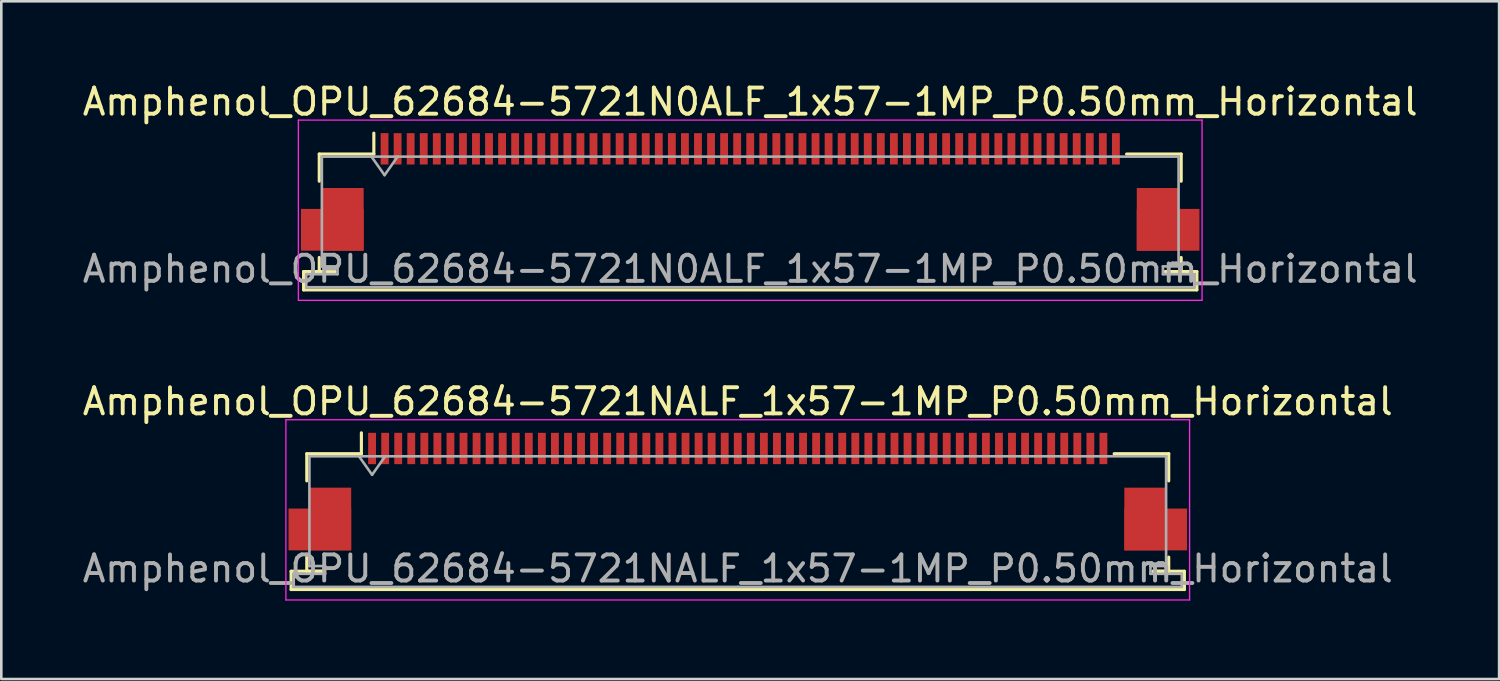
<source format=kicad_pcb>
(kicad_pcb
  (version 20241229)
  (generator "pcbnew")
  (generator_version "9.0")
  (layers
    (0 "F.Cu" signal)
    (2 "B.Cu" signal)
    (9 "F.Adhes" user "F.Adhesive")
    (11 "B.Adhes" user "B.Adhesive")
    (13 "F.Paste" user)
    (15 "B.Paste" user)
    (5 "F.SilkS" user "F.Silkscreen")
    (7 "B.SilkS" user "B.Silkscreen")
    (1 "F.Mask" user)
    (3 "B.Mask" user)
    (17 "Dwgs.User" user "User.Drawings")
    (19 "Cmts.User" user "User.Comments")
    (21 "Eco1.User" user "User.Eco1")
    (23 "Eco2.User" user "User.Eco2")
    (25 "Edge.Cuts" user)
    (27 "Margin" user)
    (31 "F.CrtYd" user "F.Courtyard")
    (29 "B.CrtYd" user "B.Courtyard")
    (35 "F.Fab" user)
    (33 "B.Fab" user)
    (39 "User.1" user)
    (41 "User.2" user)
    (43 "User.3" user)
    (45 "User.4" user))
  (footprint "Amphenol_OPU_62684-5721NALF_1x57-1MP_P0.50mm_Horizontal"
    (layer "F.Cu")
    (at 25.196 15.771)
    (property "Reference" "Amphenol_OPU_62684-5721NALF_1x57-1MP_P0.50mm_Horizontal" (at 0 -3.45 0) (layer "F.SilkS") (effects (font (size 1 1) (thickness 0.15))))
    (attr smd)
    (fp_line (start -17.1 3.05) (end -17.1 3.75) (stroke (width 0.12) (type solid)) (layer "F.SilkS"))
    (fp_line (start -17.1 3.75) (end 17.1 3.75) (stroke (width 0.12) (type solid)) (layer "F.SilkS"))
    (fp_line (start -16.5 -1.45) (end -16.5 -0.41) (stroke (width 0.12) (type solid)) (layer "F.SilkS"))
    (fp_line (start -16.5 2.51) (end -16.5 3.05) (stroke (width 0.12) (type solid)) (layer "F.SilkS"))
    (fp_line (start -16.5 3.05) (end -15.9 3.05) (stroke (width 0.12) (type solid)) (layer "F.SilkS"))
    (fp_line (start -15.9 3.05) (end -17.1 3.05) (stroke (width 0.12) (type solid)) (layer "F.SilkS"))
    (fp_line (start -14.41 -1.45) (end -16.5 -1.45) (stroke (width 0.12) (type solid)) (layer "F.SilkS"))
    (fp_line (start -14.41 -1.45) (end -14.41 -2.25) (stroke (width 0.12) (type solid)) (layer "F.SilkS"))
    (fp_line (start 14.41 -1.45) (end 16.5 -1.45) (stroke (width 0.12) (type solid)) (layer "F.SilkS"))
    (fp_line (start 15.9 3.05) (end 16.5 3.05) (stroke (width 0.12) (type solid)) (layer "F.SilkS"))
    (fp_line (start 16.5 -1.45) (end 16.5 -0.41) (stroke (width 0.12) (type solid)) (layer "F.SilkS"))
    (fp_line (start 16.5 3.05) (end 16.5 2.51) (stroke (width 0.12) (type solid)) (layer "F.SilkS"))
    (fp_line (start 17.1 3.05) (end 15.9 3.05) (stroke (width 0.12) (type solid)) (layer "F.SilkS"))
    (fp_line (start 17.1 3.75) (end 17.1 3.05) (stroke (width 0.12) (type solid)) (layer "F.SilkS"))
    (fp_line (start -17.3 -2.75) (end -17.3 4.15) (stroke (width 0.05) (type solid)) (layer "F.CrtYd"))
    (fp_line (start -17.3 4.15) (end 17.3 4.15) (stroke (width 0.05) (type solid)) (layer "F.CrtYd"))
    (fp_line (start 17.3 -2.75) (end -17.3 -2.75) (stroke (width 0.05) (type solid)) (layer "F.CrtYd"))
    (fp_line (start 17.3 4.15) (end 17.3 -2.75) (stroke (width 0.05) (type solid)) (layer "F.CrtYd"))
    (fp_line (start -17 3.15) (end -17 3.65) (stroke (width 0.1) (type solid)) (layer "F.Fab"))
    (fp_line (start -17 3.65) (end 0 3.65) (stroke (width 0.1) (type solid)) (layer "F.Fab"))
    (fp_line (start -16.4 -1.35) (end -16.4 2.85) (stroke (width 0.1) (type solid)) (layer "F.Fab"))
    (fp_line (start -16.4 2.85) (end -15.8 2.85) (stroke (width 0.1) (type solid)) (layer "F.Fab"))
    (fp_line (start -15.8 2.85) (end -15.8 3.15) (stroke (width 0.1) (type solid)) (layer "F.Fab"))
    (fp_line (start -15.8 3.15) (end -17 3.15) (stroke (width 0.1) (type solid)) (layer "F.Fab"))
    (fp_line (start -14.5 -1.35) (end -14 -0.643) (stroke (width 0.1) (type solid)) (layer "F.Fab"))
    (fp_line (start -14 -0.643) (end -13.5 -1.35) (stroke (width 0.1) (type solid)) (layer "F.Fab"))
    (fp_line (start 0 -1.35) (end -16.4 -1.35) (stroke (width 0.1) (type solid)) (layer "F.Fab"))
    (fp_line (start 0 -1.35) (end 16.4 -1.35) (stroke (width 0.1) (type solid)) (layer "F.Fab"))
    (fp_line (start 15.8 2.85) (end 15.8 3.15) (stroke (width 0.1) (type solid)) (layer "F.Fab"))
    (fp_line (start 15.8 3.15) (end 17 3.15) (stroke (width 0.1) (type solid)) (layer "F.Fab"))
    (fp_line (start 16.4 -1.35) (end 16.4 2.85) (stroke (width 0.1) (type solid)) (layer "F.Fab"))
    (fp_line (start 16.4 2.85) (end 15.8 2.85) (stroke (width 0.1) (type solid)) (layer "F.Fab"))
    (fp_line (start 17 3.15) (end 17 3.65) (stroke (width 0.1) (type solid)) (layer "F.Fab"))
    (fp_line (start 17 3.65) (end 0 3.65) (stroke (width 0.1) (type solid)) (layer "F.Fab"))
    (fp_text user "${REFERENCE}" (at 0 2.95 0) (layer "F.Fab") (effects (font (size 1 1) (thickness 0.15))))
    (pad "1" smd rect (at -14 -1.65) (size 0.3 1.2) (layers "F.Cu" "F.Mask" "F.Paste"))
    (pad "2" smd rect (at -13.5 -1.65) (size 0.3 1.2) (layers "F.Cu" "F.Mask" "F.Paste"))
    (pad "3" smd rect (at -13 -1.65) (size 0.3 1.2) (layers "F.Cu" "F.Mask" "F.Paste"))
    (pad "4" smd rect (at -12.5 -1.65) (size 0.3 1.2) (layers "F.Cu" "F.Mask" "F.Paste"))
    (pad "5" smd rect (at -12 -1.65) (size 0.3 1.2) (layers "F.Cu" "F.Mask" "F.Paste"))
    (pad "6" smd rect (at -11.5 -1.65) (size 0.3 1.2) (layers "F.Cu" "F.Mask" "F.Paste"))
    (pad "7" smd rect (at -11 -1.65) (size 0.3 1.2) (layers "F.Cu" "F.Mask" "F.Paste"))
    (pad "8" smd rect (at -10.5 -1.65) (size 0.3 1.2) (layers "F.Cu" "F.Mask" "F.Paste"))
    (pad "9" smd rect (at -10 -1.65) (size 0.3 1.2) (layers "F.Cu" "F.Mask" "F.Paste"))
    (pad "10" smd rect (at -9.5 -1.65) (size 0.3 1.2) (layers "F.Cu" "F.Mask" "F.Paste"))
    (pad "11" smd rect (at -9 -1.65) (size 0.3 1.2) (layers "F.Cu" "F.Mask" "F.Paste"))
    (pad "12" smd rect (at -8.5 -1.65) (size 0.3 1.2) (layers "F.Cu" "F.Mask" "F.Paste"))
    (pad "13" smd rect (at -8 -1.65) (size 0.3 1.2) (layers "F.Cu" "F.Mask" "F.Paste"))
    (pad "14" smd rect (at -7.5 -1.65) (size 0.3 1.2) (layers "F.Cu" "F.Mask" "F.Paste"))
    (pad "15" smd rect (at -7 -1.65) (size 0.3 1.2) (layers "F.Cu" "F.Mask" "F.Paste"))
    (pad "16" smd rect (at -6.5 -1.65) (size 0.3 1.2) (layers "F.Cu" "F.Mask" "F.Paste"))
    (pad "17" smd rect (at -6 -1.65) (size 0.3 1.2) (layers "F.Cu" "F.Mask" "F.Paste"))
    (pad "18" smd rect (at -5.5 -1.65) (size 0.3 1.2) (layers "F.Cu" "F.Mask" "F.Paste"))
    (pad "19" smd rect (at -5 -1.65) (size 0.3 1.2) (layers "F.Cu" "F.Mask" "F.Paste"))
    (pad "20" smd rect (at -4.5 -1.65) (size 0.3 1.2) (layers "F.Cu" "F.Mask" "F.Paste"))
    (pad "21" smd rect (at -4 -1.65) (size 0.3 1.2) (layers "F.Cu" "F.Mask" "F.Paste"))
    (pad "22" smd rect (at -3.5 -1.65) (size 0.3 1.2) (layers "F.Cu" "F.Mask" "F.Paste"))
    (pad "23" smd rect (at -3 -1.65) (size 0.3 1.2) (layers "F.Cu" "F.Mask" "F.Paste"))
    (pad "24" smd rect (at -2.5 -1.65) (size 0.3 1.2) (layers "F.Cu" "F.Mask" "F.Paste"))
    (pad "25" smd rect (at -2 -1.65) (size 0.3 1.2) (layers "F.Cu" "F.Mask" "F.Paste"))
    (pad "26" smd rect (at -1.5 -1.65) (size 0.3 1.2) (layers "F.Cu" "F.Mask" "F.Paste"))
    (pad "27" smd rect (at -1 -1.65) (size 0.3 1.2) (layers "F.Cu" "F.Mask" "F.Paste"))
    (pad "28" smd rect (at -0.5 -1.65) (size 0.3 1.2) (layers "F.Cu" "F.Mask" "F.Paste"))
    (pad "29" smd rect (at 0 -1.65) (size 0.3 1.2) (layers "F.Cu" "F.Mask" "F.Paste"))
    (pad "30" smd rect (at 0.5 -1.65) (size 0.3 1.2) (layers "F.Cu" "F.Mask" "F.Paste"))
    (pad "31" smd rect (at 1 -1.65) (size 0.3 1.2) (layers "F.Cu" "F.Mask" "F.Paste"))
    (pad "32" smd rect (at 1.5 -1.65) (size 0.3 1.2) (layers "F.Cu" "F.Mask" "F.Paste"))
    (pad "33" smd rect (at 2 -1.65) (size 0.3 1.2) (layers "F.Cu" "F.Mask" "F.Paste"))
    (pad "34" smd rect (at 2.5 -1.65) (size 0.3 1.2) (layers "F.Cu" "F.Mask" "F.Paste"))
    (pad "35" smd rect (at 3 -1.65) (size 0.3 1.2) (layers "F.Cu" "F.Mask" "F.Paste"))
    (pad "36" smd rect (at 3.5 -1.65) (size 0.3 1.2) (layers "F.Cu" "F.Mask" "F.Paste"))
    (pad "37" smd rect (at 4 -1.65) (size 0.3 1.2) (layers "F.Cu" "F.Mask" "F.Paste"))
    (pad "38" smd rect (at 4.5 -1.65) (size 0.3 1.2) (layers "F.Cu" "F.Mask" "F.Paste"))
    (pad "39" smd rect (at 5 -1.65) (size 0.3 1.2) (layers "F.Cu" "F.Mask" "F.Paste"))
    (pad "40" smd rect (at 5.5 -1.65) (size 0.3 1.2) (layers "F.Cu" "F.Mask" "F.Paste"))
    (pad "41" smd rect (at 6 -1.65) (size 0.3 1.2) (layers "F.Cu" "F.Mask" "F.Paste"))
    (pad "42" smd rect (at 6.5 -1.65) (size 0.3 1.2) (layers "F.Cu" "F.Mask" "F.Paste"))
    (pad "43" smd rect (at 7 -1.65) (size 0.3 1.2) (layers "F.Cu" "F.Mask" "F.Paste"))
    (pad "44" smd rect (at 7.5 -1.65) (size 0.3 1.2) (layers "F.Cu" "F.Mask" "F.Paste"))
    (pad "45" smd rect (at 8 -1.65) (size 0.3 1.2) (layers "F.Cu" "F.Mask" "F.Paste"))
    (pad "46" smd rect (at 8.5 -1.65) (size 0.3 1.2) (layers "F.Cu" "F.Mask" "F.Paste"))
    (pad "47" smd rect (at 9 -1.65) (size 0.3 1.2) (layers "F.Cu" "F.Mask" "F.Paste"))
    (pad "48" smd rect (at 9.5 -1.65) (size 0.3 1.2) (layers "F.Cu" "F.Mask" "F.Paste"))
    (pad "49" smd rect (at 10 -1.65) (size 0.3 1.2) (layers "F.Cu" "F.Mask" "F.Paste"))
    (pad "50" smd rect (at 10.5 -1.65) (size 0.3 1.2) (layers "F.Cu" "F.Mask" "F.Paste"))
    (pad "51" smd rect (at 11 -1.65) (size 0.3 1.2) (layers "F.Cu" "F.Mask" "F.Paste"))
    (pad "52" smd rect (at 11.5 -1.65) (size 0.3 1.2) (layers "F.Cu" "F.Mask" "F.Paste"))
    (pad "53" smd rect (at 12 -1.65) (size 0.3 1.2) (layers "F.Cu" "F.Mask" "F.Paste"))
    (pad "54" smd rect (at 12.5 -1.65) (size 0.3 1.2) (layers "F.Cu" "F.Mask" "F.Paste"))
    (pad "55" smd rect (at 13 -1.65) (size 0.3 1.2) (layers "F.Cu" "F.Mask" "F.Paste"))
    (pad "56" smd rect (at 13.5 -1.65) (size 0.3 1.2) (layers "F.Cu" "F.Mask" "F.Paste"))
    (pad "57" smd rect (at 14 -1.65) (size 0.3 1.2) (layers "F.Cu" "F.Mask" "F.Paste"))
    (pad "MP" smd rect (at -16 1.45) (size 2.4 1.6) (layers "F.Cu" "F.Mask" "F.Paste"))
    (pad "MP" smd rect (at -15.6 1.05) (size 1.6 2.4) (layers "F.Cu" "F.Mask" "F.Paste"))
    (pad "MP" smd rect (at 15.6 1.05) (size 1.6 2.4) (layers "F.Cu" "F.Mask" "F.Paste"))
    (pad "MP" smd rect (at 16 1.45) (size 2.4 1.6) (layers "F.Cu" "F.Mask" "F.Paste")))
  (footprint "Amphenol_OPU_62684-5721N0ALF_1x57-1MP_P0.50mm_Horizontal"
    (layer "F.Cu")
    (at 25.673 4.298)
    (property "Reference" "Amphenol_OPU_62684-5721N0ALF_1x57-1MP_P0.50mm_Horizontal" (at 0 -3.45 0) (layer "F.SilkS") (effects (font (size 1 1) (thickness 0.15))))
    (attr smd)
    (fp_line (start -17.1 3.05) (end -17.1 3.75) (stroke (width 0.12) (type solid)) (layer "F.SilkS"))
    (fp_line (start -17.1 3.75) (end 17.1 3.75) (stroke (width 0.12) (type solid)) (layer "F.SilkS"))
    (fp_line (start -16.5 -1.45) (end -16.5 -0.41) (stroke (width 0.12) (type solid)) (layer "F.SilkS"))
    (fp_line (start -16.5 2.51) (end -16.5 3.05) (stroke (width 0.12) (type solid)) (layer "F.SilkS"))
    (fp_line (start -16.5 3.05) (end -15.9 3.05) (stroke (width 0.12) (type solid)) (layer "F.SilkS"))
    (fp_line (start -15.9 3.05) (end -17.1 3.05) (stroke (width 0.12) (type solid)) (layer "F.SilkS"))
    (fp_line (start -14.41 -1.45) (end -16.5 -1.45) (stroke (width 0.12) (type solid)) (layer "F.SilkS"))
    (fp_line (start -14.41 -1.45) (end -14.41 -2.25) (stroke (width 0.12) (type solid)) (layer "F.SilkS"))
    (fp_line (start 14.41 -1.45) (end 16.5 -1.45) (stroke (width 0.12) (type solid)) (layer "F.SilkS"))
    (fp_line (start 15.9 3.05) (end 16.5 3.05) (stroke (width 0.12) (type solid)) (layer "F.SilkS"))
    (fp_line (start 16.5 -1.45) (end 16.5 -0.41) (stroke (width 0.12) (type solid)) (layer "F.SilkS"))
    (fp_line (start 16.5 3.05) (end 16.5 2.51) (stroke (width 0.12) (type solid)) (layer "F.SilkS"))
    (fp_line (start 17.1 3.05) (end 15.9 3.05) (stroke (width 0.12) (type solid)) (layer "F.SilkS"))
    (fp_line (start 17.1 3.75) (end 17.1 3.05) (stroke (width 0.12) (type solid)) (layer "F.SilkS"))
    (fp_line (start -17.3 -2.75) (end -17.3 4.15) (stroke (width 0.05) (type solid)) (layer "F.CrtYd"))
    (fp_line (start -17.3 4.15) (end 17.3 4.15) (stroke (width 0.05) (type solid)) (layer "F.CrtYd"))
    (fp_line (start 17.3 -2.75) (end -17.3 -2.75) (stroke (width 0.05) (type solid)) (layer "F.CrtYd"))
    (fp_line (start 17.3 4.15) (end 17.3 -2.75) (stroke (width 0.05) (type solid)) (layer "F.CrtYd"))
    (fp_line (start -17 3.15) (end -17 3.65) (stroke (width 0.1) (type solid)) (layer "F.Fab"))
    (fp_line (start -17 3.65) (end 0 3.65) (stroke (width 0.1) (type solid)) (layer "F.Fab"))
    (fp_line (start -16.4 -1.35) (end -16.4 2.85) (stroke (width 0.1) (type solid)) (layer "F.Fab"))
    (fp_line (start -16.4 2.85) (end -15.8 2.85) (stroke (width 0.1) (type solid)) (layer "F.Fab"))
    (fp_line (start -15.8 2.85) (end -15.8 3.15) (stroke (width 0.1) (type solid)) (layer "F.Fab"))
    (fp_line (start -15.8 3.15) (end -17 3.15) (stroke (width 0.1) (type solid)) (layer "F.Fab"))
    (fp_line (start -14.5 -1.35) (end -14 -0.643) (stroke (width 0.1) (type solid)) (layer "F.Fab"))
    (fp_line (start -14 -0.643) (end -13.5 -1.35) (stroke (width 0.1) (type solid)) (layer "F.Fab"))
    (fp_line (start 0 -1.35) (end -16.4 -1.35) (stroke (width 0.1) (type solid)) (layer "F.Fab"))
    (fp_line (start 0 -1.35) (end 16.4 -1.35) (stroke (width 0.1) (type solid)) (layer "F.Fab"))
    (fp_line (start 15.8 2.85) (end 15.8 3.15) (stroke (width 0.1) (type solid)) (layer "F.Fab"))
    (fp_line (start 15.8 3.15) (end 17 3.15) (stroke (width 0.1) (type solid)) (layer "F.Fab"))
    (fp_line (start 16.4 -1.35) (end 16.4 2.85) (stroke (width 0.1) (type solid)) (layer "F.Fab"))
    (fp_line (start 16.4 2.85) (end 15.8 2.85) (stroke (width 0.1) (type solid)) (layer "F.Fab"))
    (fp_line (start 17 3.15) (end 17 3.65) (stroke (width 0.1) (type solid)) (layer "F.Fab"))
    (fp_line (start 17 3.65) (end 0 3.65) (stroke (width 0.1) (type solid)) (layer "F.Fab"))
    (fp_text user "${REFERENCE}" (at 0 2.95 0) (layer "F.Fab") (effects (font (size 1 1) (thickness 0.15))))
    (pad "1" smd rect (at -14 -1.65) (size 0.3 1.2) (layers "F.Cu" "F.Mask" "F.Paste"))
    (pad "2" smd rect (at -13.5 -1.65) (size 0.3 1.2) (layers "F.Cu" "F.Mask" "F.Paste"))
    (pad "3" smd rect (at -13 -1.65) (size 0.3 1.2) (layers "F.Cu" "F.Mask" "F.Paste"))
    (pad "4" smd rect (at -12.5 -1.65) (size 0.3 1.2) (layers "F.Cu" "F.Mask" "F.Paste"))
    (pad "5" smd rect (at -12 -1.65) (size 0.3 1.2) (layers "F.Cu" "F.Mask" "F.Paste"))
    (pad "6" smd rect (at -11.5 -1.65) (size 0.3 1.2) (layers "F.Cu" "F.Mask" "F.Paste"))
    (pad "7" smd rect (at -11 -1.65) (size 0.3 1.2) (layers "F.Cu" "F.Mask" "F.Paste"))
    (pad "8" smd rect (at -10.5 -1.65) (size 0.3 1.2) (layers "F.Cu" "F.Mask" "F.Paste"))
    (pad "9" smd rect (at -10 -1.65) (size 0.3 1.2) (layers "F.Cu" "F.Mask" "F.Paste"))
    (pad "10" smd rect (at -9.5 -1.65) (size 0.3 1.2) (layers "F.Cu" "F.Mask" "F.Paste"))
    (pad "11" smd rect (at -9 -1.65) (size 0.3 1.2) (layers "F.Cu" "F.Mask" "F.Paste"))
    (pad "12" smd rect (at -8.5 -1.65) (size 0.3 1.2) (layers "F.Cu" "F.Mask" "F.Paste"))
    (pad "13" smd rect (at -8 -1.65) (size 0.3 1.2) (layers "F.Cu" "F.Mask" "F.Paste"))
    (pad "14" smd rect (at -7.5 -1.65) (size 0.3 1.2) (layers "F.Cu" "F.Mask" "F.Paste"))
    (pad "15" smd rect (at -7 -1.65) (size 0.3 1.2) (layers "F.Cu" "F.Mask" "F.Paste"))
    (pad "16" smd rect (at -6.5 -1.65) (size 0.3 1.2) (layers "F.Cu" "F.Mask" "F.Paste"))
    (pad "17" smd rect (at -6 -1.65) (size 0.3 1.2) (layers "F.Cu" "F.Mask" "F.Paste"))
    (pad "18" smd rect (at -5.5 -1.65) (size 0.3 1.2) (layers "F.Cu" "F.Mask" "F.Paste"))
    (pad "19" smd rect (at -5 -1.65) (size 0.3 1.2) (layers "F.Cu" "F.Mask" "F.Paste"))
    (pad "20" smd rect (at -4.5 -1.65) (size 0.3 1.2) (layers "F.Cu" "F.Mask" "F.Paste"))
    (pad "21" smd rect (at -4 -1.65) (size 0.3 1.2) (layers "F.Cu" "F.Mask" "F.Paste"))
    (pad "22" smd rect (at -3.5 -1.65) (size 0.3 1.2) (layers "F.Cu" "F.Mask" "F.Paste"))
    (pad "23" smd rect (at -3 -1.65) (size 0.3 1.2) (layers "F.Cu" "F.Mask" "F.Paste"))
    (pad "24" smd rect (at -2.5 -1.65) (size 0.3 1.2) (layers "F.Cu" "F.Mask" "F.Paste"))
    (pad "25" smd rect (at -2 -1.65) (size 0.3 1.2) (layers "F.Cu" "F.Mask" "F.Paste"))
    (pad "26" smd rect (at -1.5 -1.65) (size 0.3 1.2) (layers "F.Cu" "F.Mask" "F.Paste"))
    (pad "27" smd rect (at -1 -1.65) (size 0.3 1.2) (layers "F.Cu" "F.Mask" "F.Paste"))
    (pad "28" smd rect (at -0.5 -1.65) (size 0.3 1.2) (layers "F.Cu" "F.Mask" "F.Paste"))
    (pad "29" smd rect (at 0 -1.65) (size 0.3 1.2) (layers "F.Cu" "F.Mask" "F.Paste"))
    (pad "30" smd rect (at 0.5 -1.65) (size 0.3 1.2) (layers "F.Cu" "F.Mask" "F.Paste"))
    (pad "31" smd rect (at 1 -1.65) (size 0.3 1.2) (layers "F.Cu" "F.Mask" "F.Paste"))
    (pad "32" smd rect (at 1.5 -1.65) (size 0.3 1.2) (layers "F.Cu" "F.Mask" "F.Paste"))
    (pad "33" smd rect (at 2 -1.65) (size 0.3 1.2) (layers "F.Cu" "F.Mask" "F.Paste"))
    (pad "34" smd rect (at 2.5 -1.65) (size 0.3 1.2) (layers "F.Cu" "F.Mask" "F.Paste"))
    (pad "35" smd rect (at 3 -1.65) (size 0.3 1.2) (layers "F.Cu" "F.Mask" "F.Paste"))
    (pad "36" smd rect (at 3.5 -1.65) (size 0.3 1.2) (layers "F.Cu" "F.Mask" "F.Paste"))
    (pad "37" smd rect (at 4 -1.65) (size 0.3 1.2) (layers "F.Cu" "F.Mask" "F.Paste"))
    (pad "38" smd rect (at 4.5 -1.65) (size 0.3 1.2) (layers "F.Cu" "F.Mask" "F.Paste"))
    (pad "39" smd rect (at 5 -1.65) (size 0.3 1.2) (layers "F.Cu" "F.Mask" "F.Paste"))
    (pad "40" smd rect (at 5.5 -1.65) (size 0.3 1.2) (layers "F.Cu" "F.Mask" "F.Paste"))
    (pad "41" smd rect (at 6 -1.65) (size 0.3 1.2) (layers "F.Cu" "F.Mask" "F.Paste"))
    (pad "42" smd rect (at 6.5 -1.65) (size 0.3 1.2) (layers "F.Cu" "F.Mask" "F.Paste"))
    (pad "43" smd rect (at 7 -1.65) (size 0.3 1.2) (layers "F.Cu" "F.Mask" "F.Paste"))
    (pad "44" smd rect (at 7.5 -1.65) (size 0.3 1.2) (layers "F.Cu" "F.Mask" "F.Paste"))
    (pad "45" smd rect (at 8 -1.65) (size 0.3 1.2) (layers "F.Cu" "F.Mask" "F.Paste"))
    (pad "46" smd rect (at 8.5 -1.65) (size 0.3 1.2) (layers "F.Cu" "F.Mask" "F.Paste"))
    (pad "47" smd rect (at 9 -1.65) (size 0.3 1.2) (layers "F.Cu" "F.Mask" "F.Paste"))
    (pad "48" smd rect (at 9.5 -1.65) (size 0.3 1.2) (layers "F.Cu" "F.Mask" "F.Paste"))
    (pad "49" smd rect (at 10 -1.65) (size 0.3 1.2) (layers "F.Cu" "F.Mask" "F.Paste"))
    (pad "50" smd rect (at 10.5 -1.65) (size 0.3 1.2) (layers "F.Cu" "F.Mask" "F.Paste"))
    (pad "51" smd rect (at 11 -1.65) (size 0.3 1.2) (layers "F.Cu" "F.Mask" "F.Paste"))
    (pad "52" smd rect (at 11.5 -1.65) (size 0.3 1.2) (layers "F.Cu" "F.Mask" "F.Paste"))
    (pad "53" smd rect (at 12 -1.65) (size 0.3 1.2) (layers "F.Cu" "F.Mask" "F.Paste"))
    (pad "54" smd rect (at 12.5 -1.65) (size 0.3 1.2) (layers "F.Cu" "F.Mask" "F.Paste"))
    (pad "55" smd rect (at 13 -1.65) (size 0.3 1.2) (layers "F.Cu" "F.Mask" "F.Paste"))
    (pad "56" smd rect (at 13.5 -1.65) (size 0.3 1.2) (layers "F.Cu" "F.Mask" "F.Paste"))
    (pad "57" smd rect (at 14 -1.65) (size 0.3 1.2) (layers "F.Cu" "F.Mask" "F.Paste"))
    (pad "MP" smd rect (at -16 1.45) (size 2.4 1.6) (layers "F.Cu" "F.Mask" "F.Paste"))
    (pad "MP" smd rect (at -15.6 1.05) (size 1.6 2.4) (layers "F.Cu" "F.Mask" "F.Paste"))
    (pad "MP" smd rect (at 15.6 1.05) (size 1.6 2.4) (layers "F.Cu" "F.Mask" "F.Paste"))
    (pad "MP" smd rect (at 16 1.45) (size 2.4 1.6) (layers "F.Cu" "F.Mask" "F.Paste")))
  (gr_rect
    (start -3 -3)
    (end 54.345 22.947)
    (stroke (width 0.1) (type default))
    (fill no)
    (layer "Edge.Cuts")))
</source>
